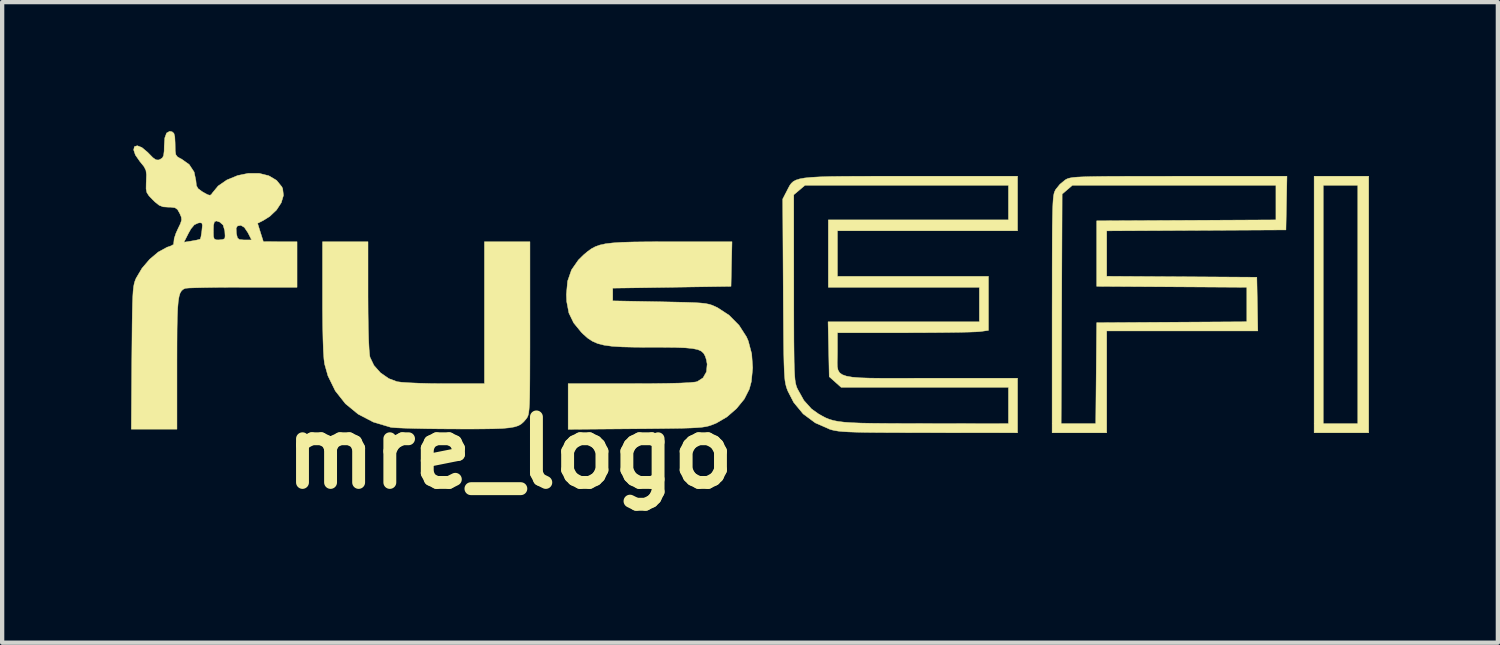
<source format=kicad_pcb>
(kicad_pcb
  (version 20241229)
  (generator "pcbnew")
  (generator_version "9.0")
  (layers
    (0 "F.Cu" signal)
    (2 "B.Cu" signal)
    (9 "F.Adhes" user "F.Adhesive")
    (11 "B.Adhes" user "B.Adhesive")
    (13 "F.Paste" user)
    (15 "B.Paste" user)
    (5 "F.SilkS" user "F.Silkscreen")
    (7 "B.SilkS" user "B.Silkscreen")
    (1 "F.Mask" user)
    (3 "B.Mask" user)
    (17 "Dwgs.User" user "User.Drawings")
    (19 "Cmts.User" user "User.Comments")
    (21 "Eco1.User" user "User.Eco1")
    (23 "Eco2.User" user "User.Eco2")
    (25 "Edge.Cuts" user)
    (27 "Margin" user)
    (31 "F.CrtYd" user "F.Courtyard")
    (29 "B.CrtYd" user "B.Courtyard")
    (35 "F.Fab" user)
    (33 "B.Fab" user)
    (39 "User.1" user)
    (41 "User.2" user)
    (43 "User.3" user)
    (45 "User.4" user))
  (footprint "mre_logo"
    (layer "F.Cu")
    (at 8.814 7.485)
    (property "Reference" "mre_logo" (at 0 0 0) (layer "F.SilkS") (effects (font (size 1.524 1.524) (thickness 0.3))))
    (attr through_hole)
    (fp_poly (pts (xy 19.981 -0.466) (xy 18.711 -0.466) (xy 18.711 -6.223) (xy 18.923 -6.223) (xy 18.923 -0.677) (xy 19.727 -0.677) (xy 19.727 -6.223) (xy 18.923 -6.223) (xy 18.711 -6.223) (xy 18.711 -6.435) (xy 19.981 -6.435) (xy 19.981 -0.466)) (stroke (width 0.01) (type solid)) (fill yes) (layer "F.SilkS"))
    (fp_poly (pts (xy 18.067 -5.81) (xy 18.055 -5.186) (xy 15.97 -5.175) (xy 13.885 -5.164) (xy 13.885 -4.107) (xy 17.378 -4.085) (xy 17.39 -3.461) (xy 17.401 -2.836) (xy 13.885 -2.836) (xy 13.885 -0.466) (xy 12.615 -0.466) (xy 12.615 -0.677) (xy 12.825 -0.677) (xy 13.63 -0.677) (xy 13.652 -3.027) (xy 17.145 -3.049) (xy 17.145 -3.851) (xy 15.399 -3.862) (xy 13.652 -3.873) (xy 13.652 -5.397) (xy 15.737 -5.408) (xy 17.822 -5.419) (xy 17.822 -6.223) (xy 13.086 -6.223) (xy 12.967 -6.121) (xy 12.848 -6.019) (xy 12.837 -3.348) (xy 12.825 -0.677) (xy 12.615 -0.677) (xy 12.615 -3.228) (xy 12.616 -3.78) (xy 12.616 -4.253) (xy 12.617 -4.655) (xy 12.618 -4.99) (xy 12.62 -5.267) (xy 12.624 -5.491) (xy 12.628 -5.668) (xy 12.634 -5.805) (xy 12.641 -5.909) (xy 12.65 -5.985) (xy 12.661 -6.04) (xy 12.675 -6.08) (xy 12.69 -6.111) (xy 12.7 -6.128) (xy 12.797 -6.248) (xy 12.917 -6.347) (xy 12.922 -6.35) (xy 12.953 -6.368) (xy 12.989 -6.383) (xy 13.037 -6.395) (xy 13.104 -6.406) (xy 13.195 -6.414) (xy 13.318 -6.42) (xy 13.479 -6.425) (xy 13.686 -6.429) (xy 13.945 -6.432) (xy 14.262 -6.433) (xy 14.644 -6.434) (xy 15.098 -6.434) (xy 15.569 -6.435) (xy 18.079 -6.435) (xy 18.067 -5.81)) (stroke (width 0.01) (type solid)) (fill yes) (layer "F.SilkS"))
    (fp_poly (pts (xy -3.302 -3.651) (xy -3.3 -3.253) (xy -3.295 -2.908) (xy -3.287 -2.624) (xy -3.276 -2.408) (xy -3.263 -2.266) (xy -3.255 -2.223) (xy -3.164 -2.033) (xy -3.011 -1.861) (xy -2.818 -1.727) (xy -2.626 -1.655) (xy -2.518 -1.641) (xy -2.341 -1.629) (xy -2.112 -1.619) (xy -1.847 -1.612) (xy -1.563 -1.609) (xy -1.501 -1.609) (xy -0.593 -1.609) (xy -0.593 -4.911) (xy 0.466 -4.911) (xy 0.466 -2.906) (xy 0.466 -2.442) (xy 0.465 -2.055) (xy 0.464 -1.739) (xy 0.462 -1.484) (xy 0.459 -1.284) (xy 0.454 -1.13) (xy 0.446 -1.017) (xy 0.437 -0.935) (xy 0.425 -0.878) (xy 0.41 -0.838) (xy 0.392 -0.808) (xy 0.374 -0.784) (xy 0.321 -0.722) (xy 0.265 -0.672) (xy 0.197 -0.632) (xy 0.106 -0.603) (xy -0.016 -0.582) (xy -0.179 -0.567) (xy -0.392 -0.559) (xy -0.663 -0.555) (xy -1.004 -0.554) (xy -1.3 -0.555) (xy -1.633 -0.557) (xy -1.945 -0.561) (xy -2.225 -0.567) (xy -2.461 -0.574) (xy -2.641 -0.582) (xy -2.752 -0.591) (xy -2.773 -0.594) (xy -3.178 -0.715) (xy -3.532 -0.9) (xy -3.828 -1.143) (xy -4.063 -1.441) (xy -4.234 -1.79) (xy -4.312 -2.066) (xy -4.327 -2.182) (xy -4.34 -2.375) (xy -4.349 -2.638) (xy -4.356 -2.965) (xy -4.36 -3.347) (xy -4.36 -3.6) (xy -4.36 -4.911) (xy -3.302 -4.911) (xy -3.302 -3.651)) (stroke (width 0.01) (type solid)) (fill yes) (layer "F.SilkS"))
    (fp_poly (pts (xy 5.155 -4.392) (xy 5.144 -3.873) (xy 3.768 -3.852) (xy 2.392 -3.831) (xy 2.392 -3.535) (xy 3.493 -3.514) (xy 3.826 -3.507) (xy 4.087 -3.501) (xy 4.286 -3.494) (xy 4.436 -3.485) (xy 4.548 -3.473) (xy 4.633 -3.456) (xy 4.704 -3.434) (xy 4.772 -3.404) (xy 4.831 -3.376) (xy 5.099 -3.201) (xy 5.33 -2.968) (xy 5.504 -2.698) (xy 5.546 -2.601) (xy 5.625 -2.303) (xy 5.648 -1.977) (xy 5.617 -1.658) (xy 5.57 -1.482) (xy 5.453 -1.251) (xy 5.272 -1.029) (xy 5.049 -0.835) (xy 4.804 -0.692) (xy 4.762 -0.674) (xy 4.695 -0.648) (xy 4.63 -0.626) (xy 4.559 -0.609) (xy 4.472 -0.596) (xy 4.36 -0.586) (xy 4.214 -0.578) (xy 4.024 -0.572) (xy 3.78 -0.568) (xy 3.475 -0.564) (xy 3.097 -0.56) (xy 2.932 -0.559) (xy 1.355 -0.546) (xy 1.355 -1.609) (xy 2.788 -1.609) (xy 3.26 -1.61) (xy 3.649 -1.615) (xy 3.953 -1.622) (xy 4.175 -1.633) (xy 4.315 -1.647) (xy 4.359 -1.657) (xy 4.494 -1.745) (xy 4.573 -1.885) (xy 4.589 -2.063) (xy 4.572 -2.16) (xy 4.545 -2.246) (xy 4.508 -2.314) (xy 4.453 -2.365) (xy 4.37 -2.402) (xy 4.248 -2.427) (xy 4.078 -2.443) (xy 3.85 -2.452) (xy 3.555 -2.455) (xy 3.285 -2.455) (xy 2.913 -2.457) (xy 2.614 -2.464) (xy 2.376 -2.479) (xy 2.189 -2.505) (xy 2.04 -2.543) (xy 1.918 -2.597) (xy 1.81 -2.668) (xy 1.707 -2.76) (xy 1.662 -2.804) (xy 1.483 -3.023) (xy 1.372 -3.253) (xy 1.321 -3.519) (xy 1.314 -3.683) (xy 1.342 -3.994) (xy 1.433 -4.256) (xy 1.593 -4.486) (xy 1.715 -4.606) (xy 1.805 -4.682) (xy 1.892 -4.745) (xy 1.984 -4.795) (xy 2.092 -4.834) (xy 2.224 -4.863) (xy 2.39 -4.883) (xy 2.599 -4.897) (xy 2.861 -4.905) (xy 3.186 -4.909) (xy 3.582 -4.911) (xy 3.755 -4.911) (xy 5.167 -4.911) (xy 5.155 -4.392)) (stroke (width 0.01) (type solid)) (fill yes) (layer "F.SilkS"))
    (fp_poly (pts (xy 9.053 -6.435) (xy 9.323 -6.435) (xy 11.811 -6.435) (xy 11.811 -5.165) (xy 7.62 -5.165) (xy 7.62 -4.106) (xy 11.134 -4.106) (xy 11.134 -2.848) (xy 10.937 -2.821) (xy 10.85 -2.815) (xy 10.689 -2.809) (xy 10.466 -2.804) (xy 10.191 -2.8) (xy 9.874 -2.797) (xy 9.528 -2.795) (xy 9.18 -2.794) (xy 7.62 -2.794) (xy 7.62 -2.349) (xy 7.618 -2.212) (xy 7.615 -2.097) (xy 7.618 -2.002) (xy 7.634 -1.925) (xy 7.67 -1.864) (xy 7.732 -1.818) (xy 7.828 -1.784) (xy 7.963 -1.76) (xy 8.145 -1.745) (xy 8.38 -1.737) (xy 8.676 -1.734) (xy 9.038 -1.734) (xy 9.474 -1.735) (xy 9.8 -1.736) (xy 11.811 -1.736) (xy 11.811 -0.466) (xy 9.747 -0.468) (xy 9.27 -0.469) (xy 8.87 -0.47) (xy 8.539 -0.472) (xy 8.269 -0.475) (xy 8.052 -0.48) (xy 7.881 -0.486) (xy 7.747 -0.494) (xy 7.644 -0.504) (xy 7.562 -0.517) (xy 7.495 -0.532) (xy 7.444 -0.547) (xy 7.105 -0.696) (xy 6.823 -0.905) (xy 6.602 -1.173) (xy 6.468 -1.433) (xy 6.446 -1.489) (xy 6.428 -1.544) (xy 6.413 -1.605) (xy 6.4 -1.682) (xy 6.391 -1.78) (xy 6.383 -1.909) (xy 6.377 -2.075) (xy 6.372 -2.287) (xy 6.368 -2.552) (xy 6.365 -2.878) (xy 6.362 -3.272) (xy 6.359 -3.743) (xy 6.359 -3.789) (xy 6.347 -5.905) (xy 6.398 -6.004) (xy 6.604 -6.004) (xy 6.605 -3.838) (xy 6.605 -3.353) (xy 6.606 -2.946) (xy 6.607 -2.608) (xy 6.61 -2.333) (xy 6.613 -2.112) (xy 6.618 -1.939) (xy 6.625 -1.806) (xy 6.633 -1.705) (xy 6.644 -1.629) (xy 6.658 -1.571) (xy 6.674 -1.523) (xy 6.692 -1.483) (xy 6.839 -1.219) (xy 7.017 -1.021) (xy 7.178 -0.906) (xy 7.266 -0.856) (xy 7.348 -0.813) (xy 7.432 -0.779) (xy 7.527 -0.751) (xy 7.64 -0.729) (xy 7.78 -0.712) (xy 7.955 -0.7) (xy 8.173 -0.691) (xy 8.443 -0.686) (xy 8.772 -0.683) (xy 9.17 -0.681) (xy 9.643 -0.68) (xy 9.663 -0.68) (xy 11.599 -0.677) (xy 11.599 -1.524) (xy 7.706 -1.524) (xy 7.429 -1.771) (xy 7.416 -2.409) (xy 7.402 -3.048) (xy 10.922 -3.048) (xy 10.922 -3.852) (xy 7.408 -3.852) (xy 7.408 -5.419) (xy 11.599 -5.419) (xy 11.599 -6.223) (xy 9.232 -6.223) (xy 6.864 -6.223) (xy 6.734 -6.113) (xy 6.604 -6.004) (xy 6.398 -6.004) (xy 6.444 -6.093) (xy 6.479 -6.162) (xy 6.511 -6.221) (xy 6.547 -6.27) (xy 6.593 -6.312) (xy 6.657 -6.346) (xy 6.743 -6.373) (xy 6.86 -6.394) (xy 7.013 -6.409) (xy 7.208 -6.42) (xy 7.453 -6.428) (xy 7.753 -6.432) (xy 8.116 -6.434) (xy 8.547 -6.435) (xy 9.053 -6.435)) (stroke (width 0.01) (type solid)) (fill yes) (layer "F.SilkS"))
    (fp_poly (pts (xy -7.858 -7.468) (xy -7.818 -7.433) (xy -7.797 -7.353) (xy -7.79 -7.21) (xy -7.789 -7.173) (xy -7.787 -7.026) (xy -7.774 -6.939) (xy -7.738 -6.888) (xy -7.67 -6.848) (xy -7.64 -6.834) (xy -7.463 -6.708) (xy -7.348 -6.534) (xy -7.306 -6.333) (xy -7.295 -6.219) (xy -7.255 -6.146) (xy -7.164 -6.079) (xy -7.136 -6.062) (xy -7.032 -6.005) (xy -6.976 -5.991) (xy -6.942 -6.016) (xy -6.928 -6.039) (xy -6.789 -6.208) (xy -6.586 -6.348) (xy -6.336 -6.451) (xy -6.088 -6.502) (xy -5.834 -6.502) (xy -5.61 -6.446) (xy -5.429 -6.339) (xy -5.307 -6.189) (xy -5.287 -6.145) (xy -5.269 -5.989) (xy -5.32 -5.819) (xy -5.43 -5.65) (xy -5.588 -5.5) (xy -5.74 -5.405) (xy -5.871 -5.339) (xy -5.804 -5.125) (xy -5.736 -4.912) (xy -5.345 -4.911) (xy -4.953 -4.911) (xy -4.953 -3.852) (xy -6.22 -3.852) (xy -6.541 -3.851) (xy -6.838 -3.849) (xy -7.097 -3.845) (xy -7.309 -3.84) (xy -7.462 -3.835) (xy -7.545 -3.828) (xy -7.555 -3.826) (xy -7.603 -3.803) (xy -7.642 -3.768) (xy -7.674 -3.715) (xy -7.698 -3.634) (xy -7.717 -3.518) (xy -7.73 -3.359) (xy -7.739 -3.148) (xy -7.744 -2.878) (xy -7.746 -2.541) (xy -7.747 -2.128) (xy -7.747 -2.055) (xy -7.747 -0.55) (xy -8.809 -0.55) (xy -8.797 -2.212) (xy -8.793 -2.632) (xy -8.79 -2.977) (xy -8.786 -3.254) (xy -8.781 -3.473) (xy -8.774 -3.642) (xy -8.766 -3.77) (xy -8.755 -3.866) (xy -8.741 -3.939) (xy -8.724 -3.997) (xy -8.703 -4.049) (xy -8.695 -4.066) (xy -8.56 -4.294) (xy -8.382 -4.502) (xy -8.182 -4.671) (xy -7.977 -4.783) (xy -7.904 -4.807) (xy -7.826 -4.847) (xy -7.82 -4.899) (xy -7.585 -4.899) (xy -7.403 -4.928) (xy -7.288 -4.949) (xy -7.215 -4.968) (xy -7.204 -4.974) (xy -7.189 -5.023) (xy -7.172 -5.126) (xy -7.168 -5.158) (xy -6.9 -5.158) (xy -6.897 -5.035) (xy -6.879 -4.975) (xy -6.832 -4.955) (xy -6.776 -4.953) (xy -6.681 -4.963) (xy -6.634 -4.985) (xy -6.627 -5.044) (xy -6.633 -5.15) (xy -6.635 -5.17) (xy -6.651 -5.224) (xy -6.37 -5.224) (xy -6.364 -5.111) (xy -6.361 -5.091) (xy -6.34 -5.001) (xy -6.295 -4.962) (xy -6.198 -4.953) (xy -6.175 -4.953) (xy -6.01 -4.953) (xy -6.096 -5.122) (xy -6.178 -5.244) (xy -6.258 -5.291) (xy -6.264 -5.292) (xy -6.34 -5.278) (xy -6.37 -5.224) (xy -6.651 -5.224) (xy -6.674 -5.3) (xy -6.752 -5.369) (xy -6.831 -5.395) (xy -6.876 -5.374) (xy -6.896 -5.294) (xy -6.9 -5.158) (xy -7.168 -5.158) (xy -7.166 -5.179) (xy -7.155 -5.294) (xy -7.167 -5.345) (xy -7.211 -5.353) (xy -7.257 -5.345) (xy -7.343 -5.305) (xy -7.422 -5.21) (xy -7.478 -5.111) (xy -7.585 -4.899) (xy -7.82 -4.899) (xy -7.819 -4.909) (xy -7.811 -4.986) (xy -7.771 -5.106) (xy -7.726 -5.206) (xy -7.665 -5.333) (xy -7.639 -5.416) (xy -7.646 -5.485) (xy -7.682 -5.57) (xy -7.683 -5.571) (xy -7.733 -5.66) (xy -7.793 -5.702) (xy -7.893 -5.715) (xy -7.944 -5.715) (xy -8.068 -5.723) (xy -8.161 -5.759) (xy -8.26 -5.838) (xy -8.306 -5.883) (xy -8.398 -5.979) (xy -8.447 -6.055) (xy -8.465 -6.142) (xy -8.463 -6.274) (xy -8.461 -6.32) (xy -8.456 -6.471) (xy -8.469 -6.572) (xy -8.511 -6.656) (xy -8.593 -6.759) (xy -8.607 -6.775) (xy -8.714 -6.929) (xy -8.754 -7.048) (xy -8.737 -7.123) (xy -8.67 -7.145) (xy -8.564 -7.104) (xy -8.428 -6.991) (xy -8.41 -6.972) (xy -8.308 -6.868) (xy -8.238 -6.818) (xy -8.181 -6.812) (xy -8.139 -6.827) (xy -8.086 -6.862) (xy -8.057 -6.918) (xy -8.045 -7.02) (xy -8.043 -7.134) (xy -8.03 -7.326) (xy -7.988 -7.441) (xy -7.916 -7.48) (xy -7.858 -7.468)) (stroke (width 0.01) (type solid)) (fill yes) (layer "F.SilkS")))
  (gr_rect
    (start -3 -3)
    (end 31.8 11.903)
    (stroke (width 0.1) (type default))
    (fill no)
    (layer "Edge.Cuts")))
</source>
